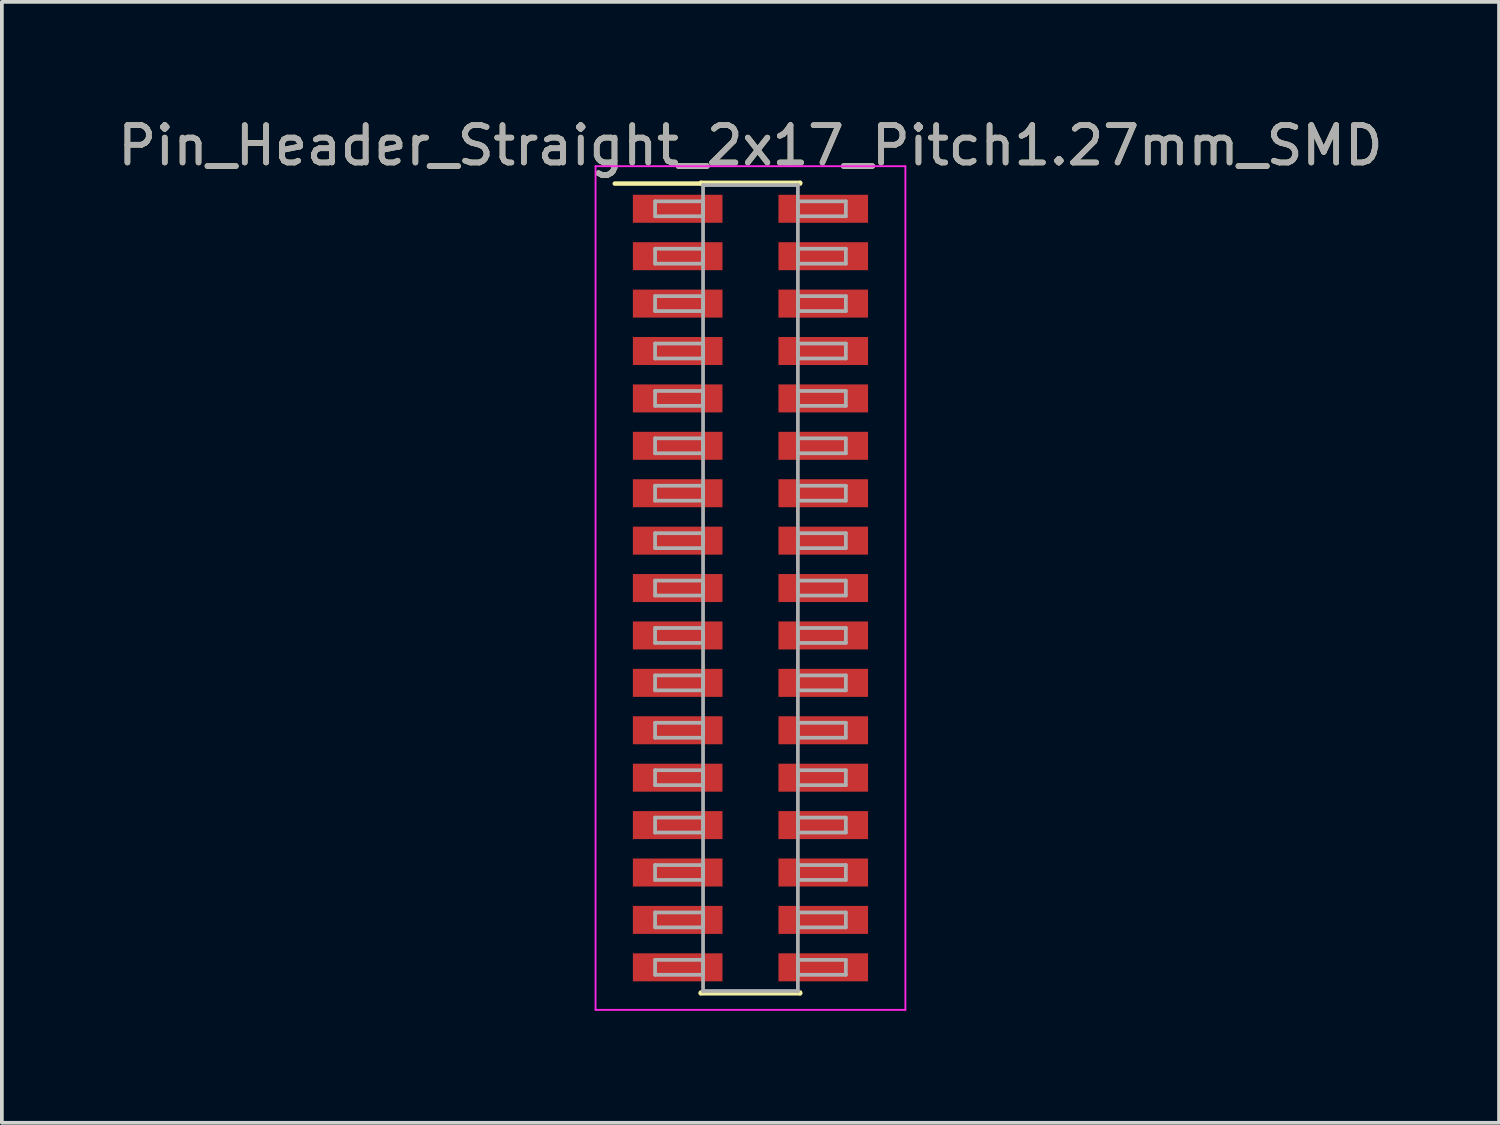
<source format=kicad_pcb>
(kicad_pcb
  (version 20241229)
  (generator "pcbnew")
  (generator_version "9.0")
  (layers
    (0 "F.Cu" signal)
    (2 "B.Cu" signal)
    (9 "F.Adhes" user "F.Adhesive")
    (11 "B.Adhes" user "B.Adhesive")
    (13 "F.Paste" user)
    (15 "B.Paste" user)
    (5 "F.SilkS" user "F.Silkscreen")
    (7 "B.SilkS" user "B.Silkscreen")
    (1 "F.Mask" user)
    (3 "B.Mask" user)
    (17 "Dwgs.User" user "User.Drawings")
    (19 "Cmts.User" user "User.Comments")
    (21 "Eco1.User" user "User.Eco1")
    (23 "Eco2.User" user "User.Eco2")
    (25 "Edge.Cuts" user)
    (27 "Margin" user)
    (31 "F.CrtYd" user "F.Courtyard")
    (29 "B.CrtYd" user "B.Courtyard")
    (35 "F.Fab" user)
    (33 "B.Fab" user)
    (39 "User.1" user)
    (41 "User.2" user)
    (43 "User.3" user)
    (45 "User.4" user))
  (footprint "Pin_Header_Straight_2x17_Pitch1.27mm_SMD"
    (layer "F.Cu")
    (at 17.054 12.703)
    (property "Reference" "Pin_Header_Straight_2x17_Pitch1.27mm_SMD" (at 0 -11.855 0) (layer "F.SilkS") (effects (font (size 1 1) (thickness 0.15))))
    (attr smd)
    (fp_line (start -3.635 -10.835) (end -1.33 -10.835) (stroke (width 0.12) (type solid)) (layer "F.SilkS"))
    (fp_line (start -1.33 -10.855) (end 1.33 -10.855) (stroke (width 0.12) (type solid)) (layer "F.SilkS"))
    (fp_line (start -1.33 -10.835) (end -1.33 -10.855) (stroke (width 0.12) (type solid)) (layer "F.SilkS"))
    (fp_line (start -1.33 10.835) (end -1.33 10.855) (stroke (width 0.12) (type solid)) (layer "F.SilkS"))
    (fp_line (start -1.33 10.855) (end 1.33 10.855) (stroke (width 0.12) (type solid)) (layer "F.SilkS"))
    (fp_line (start 1.33 -10.855) (end 1.33 -10.835) (stroke (width 0.12) (type solid)) (layer "F.SilkS"))
    (fp_line (start 1.33 10.855) (end 1.33 10.835) (stroke (width 0.12) (type solid)) (layer "F.SilkS"))
    (fp_line (start -4.15 -11.3) (end -4.15 11.3) (stroke (width 0.05) (type solid)) (layer "F.CrtYd"))
    (fp_line (start -4.15 11.3) (end 4.15 11.3) (stroke (width 0.05) (type solid)) (layer "F.CrtYd"))
    (fp_line (start 4.15 -11.3) (end -4.15 -11.3) (stroke (width 0.05) (type solid)) (layer "F.CrtYd"))
    (fp_line (start 4.15 11.3) (end 4.15 -11.3) (stroke (width 0.05) (type solid)) (layer "F.CrtYd"))
    (fp_line (start -2.555 -10.36) (end -1.27 -10.36) (stroke (width 0.1) (type solid)) (layer "F.Fab"))
    (fp_line (start -2.555 -9.96) (end -2.555 -10.36) (stroke (width 0.1) (type solid)) (layer "F.Fab"))
    (fp_line (start -2.555 -9.09) (end -1.27 -9.09) (stroke (width 0.1) (type solid)) (layer "F.Fab"))
    (fp_line (start -2.555 -8.69) (end -2.555 -9.09) (stroke (width 0.1) (type solid)) (layer "F.Fab"))
    (fp_line (start -2.555 -7.82) (end -1.27 -7.82) (stroke (width 0.1) (type solid)) (layer "F.Fab"))
    (fp_line (start -2.555 -7.42) (end -2.555 -7.82) (stroke (width 0.1) (type solid)) (layer "F.Fab"))
    (fp_line (start -2.555 -6.55) (end -1.27 -6.55) (stroke (width 0.1) (type solid)) (layer "F.Fab"))
    (fp_line (start -2.555 -6.15) (end -2.555 -6.55) (stroke (width 0.1) (type solid)) (layer "F.Fab"))
    (fp_line (start -2.555 -5.28) (end -1.27 -5.28) (stroke (width 0.1) (type solid)) (layer "F.Fab"))
    (fp_line (start -2.555 -4.88) (end -2.555 -5.28) (stroke (width 0.1) (type solid)) (layer "F.Fab"))
    (fp_line (start -2.555 -4.01) (end -1.27 -4.01) (stroke (width 0.1) (type solid)) (layer "F.Fab"))
    (fp_line (start -2.555 -3.61) (end -2.555 -4.01) (stroke (width 0.1) (type solid)) (layer "F.Fab"))
    (fp_line (start -2.555 -2.74) (end -1.27 -2.74) (stroke (width 0.1) (type solid)) (layer "F.Fab"))
    (fp_line (start -2.555 -2.34) (end -2.555 -2.74) (stroke (width 0.1) (type solid)) (layer "F.Fab"))
    (fp_line (start -2.555 -1.47) (end -1.27 -1.47) (stroke (width 0.1) (type solid)) (layer "F.Fab"))
    (fp_line (start -2.555 -1.07) (end -2.555 -1.47) (stroke (width 0.1) (type solid)) (layer "F.Fab"))
    (fp_line (start -2.555 -0.2) (end -1.27 -0.2) (stroke (width 0.1) (type solid)) (layer "F.Fab"))
    (fp_line (start -2.555 0.2) (end -2.555 -0.2) (stroke (width 0.1) (type solid)) (layer "F.Fab"))
    (fp_line (start -2.555 1.07) (end -1.27 1.07) (stroke (width 0.1) (type solid)) (layer "F.Fab"))
    (fp_line (start -2.555 1.47) (end -2.555 1.07) (stroke (width 0.1) (type solid)) (layer "F.Fab"))
    (fp_line (start -2.555 2.34) (end -1.27 2.34) (stroke (width 0.1) (type solid)) (layer "F.Fab"))
    (fp_line (start -2.555 2.74) (end -2.555 2.34) (stroke (width 0.1) (type solid)) (layer "F.Fab"))
    (fp_line (start -2.555 3.61) (end -1.27 3.61) (stroke (width 0.1) (type solid)) (layer "F.Fab"))
    (fp_line (start -2.555 4.01) (end -2.555 3.61) (stroke (width 0.1) (type solid)) (layer "F.Fab"))
    (fp_line (start -2.555 4.88) (end -1.27 4.88) (stroke (width 0.1) (type solid)) (layer "F.Fab"))
    (fp_line (start -2.555 5.28) (end -2.555 4.88) (stroke (width 0.1) (type solid)) (layer "F.Fab"))
    (fp_line (start -2.555 6.15) (end -1.27 6.15) (stroke (width 0.1) (type solid)) (layer "F.Fab"))
    (fp_line (start -2.555 6.55) (end -2.555 6.15) (stroke (width 0.1) (type solid)) (layer "F.Fab"))
    (fp_line (start -2.555 7.42) (end -1.27 7.42) (stroke (width 0.1) (type solid)) (layer "F.Fab"))
    (fp_line (start -2.555 7.82) (end -2.555 7.42) (stroke (width 0.1) (type solid)) (layer "F.Fab"))
    (fp_line (start -2.555 8.69) (end -1.27 8.69) (stroke (width 0.1) (type solid)) (layer "F.Fab"))
    (fp_line (start -2.555 9.09) (end -2.555 8.69) (stroke (width 0.1) (type solid)) (layer "F.Fab"))
    (fp_line (start -2.555 9.96) (end -1.27 9.96) (stroke (width 0.1) (type solid)) (layer "F.Fab"))
    (fp_line (start -2.555 10.36) (end -2.555 9.96) (stroke (width 0.1) (type solid)) (layer "F.Fab"))
    (fp_line (start -1.27 -10.795) (end -1.27 10.795) (stroke (width 0.1) (type solid)) (layer "F.Fab"))
    (fp_line (start -1.27 -10.36) (end -1.27 -9.96) (stroke (width 0.1) (type solid)) (layer "F.Fab"))
    (fp_line (start -1.27 -9.96) (end -2.555 -9.96) (stroke (width 0.1) (type solid)) (layer "F.Fab"))
    (fp_line (start -1.27 -9.09) (end -1.27 -8.69) (stroke (width 0.1) (type solid)) (layer "F.Fab"))
    (fp_line (start -1.27 -8.69) (end -2.555 -8.69) (stroke (width 0.1) (type solid)) (layer "F.Fab"))
    (fp_line (start -1.27 -7.82) (end -1.27 -7.42) (stroke (width 0.1) (type solid)) (layer "F.Fab"))
    (fp_line (start -1.27 -7.42) (end -2.555 -7.42) (stroke (width 0.1) (type solid)) (layer "F.Fab"))
    (fp_line (start -1.27 -6.55) (end -1.27 -6.15) (stroke (width 0.1) (type solid)) (layer "F.Fab"))
    (fp_line (start -1.27 -6.15) (end -2.555 -6.15) (stroke (width 0.1) (type solid)) (layer "F.Fab"))
    (fp_line (start -1.27 -5.28) (end -1.27 -4.88) (stroke (width 0.1) (type solid)) (layer "F.Fab"))
    (fp_line (start -1.27 -4.88) (end -2.555 -4.88) (stroke (width 0.1) (type solid)) (layer "F.Fab"))
    (fp_line (start -1.27 -4.01) (end -1.27 -3.61) (stroke (width 0.1) (type solid)) (layer "F.Fab"))
    (fp_line (start -1.27 -3.61) (end -2.555 -3.61) (stroke (width 0.1) (type solid)) (layer "F.Fab"))
    (fp_line (start -1.27 -2.74) (end -1.27 -2.34) (stroke (width 0.1) (type solid)) (layer "F.Fab"))
    (fp_line (start -1.27 -2.34) (end -2.555 -2.34) (stroke (width 0.1) (type solid)) (layer "F.Fab"))
    (fp_line (start -1.27 -1.47) (end -1.27 -1.07) (stroke (width 0.1) (type solid)) (layer "F.Fab"))
    (fp_line (start -1.27 -1.07) (end -2.555 -1.07) (stroke (width 0.1) (type solid)) (layer "F.Fab"))
    (fp_line (start -1.27 -0.2) (end -1.27 0.2) (stroke (width 0.1) (type solid)) (layer "F.Fab"))
    (fp_line (start -1.27 0.2) (end -2.555 0.2) (stroke (width 0.1) (type solid)) (layer "F.Fab"))
    (fp_line (start -1.27 1.07) (end -1.27 1.47) (stroke (width 0.1) (type solid)) (layer "F.Fab"))
    (fp_line (start -1.27 1.47) (end -2.555 1.47) (stroke (width 0.1) (type solid)) (layer "F.Fab"))
    (fp_line (start -1.27 2.34) (end -1.27 2.74) (stroke (width 0.1) (type solid)) (layer "F.Fab"))
    (fp_line (start -1.27 2.74) (end -2.555 2.74) (stroke (width 0.1) (type solid)) (layer "F.Fab"))
    (fp_line (start -1.27 3.61) (end -1.27 4.01) (stroke (width 0.1) (type solid)) (layer "F.Fab"))
    (fp_line (start -1.27 4.01) (end -2.555 4.01) (stroke (width 0.1) (type solid)) (layer "F.Fab"))
    (fp_line (start -1.27 4.88) (end -1.27 5.28) (stroke (width 0.1) (type solid)) (layer "F.Fab"))
    (fp_line (start -1.27 5.28) (end -2.555 5.28) (stroke (width 0.1) (type solid)) (layer "F.Fab"))
    (fp_line (start -1.27 6.15) (end -1.27 6.55) (stroke (width 0.1) (type solid)) (layer "F.Fab"))
    (fp_line (start -1.27 6.55) (end -2.555 6.55) (stroke (width 0.1) (type solid)) (layer "F.Fab"))
    (fp_line (start -1.27 7.42) (end -1.27 7.82) (stroke (width 0.1) (type solid)) (layer "F.Fab"))
    (fp_line (start -1.27 7.82) (end -2.555 7.82) (stroke (width 0.1) (type solid)) (layer "F.Fab"))
    (fp_line (start -1.27 8.69) (end -1.27 9.09) (stroke (width 0.1) (type solid)) (layer "F.Fab"))
    (fp_line (start -1.27 9.09) (end -2.555 9.09) (stroke (width 0.1) (type solid)) (layer "F.Fab"))
    (fp_line (start -1.27 9.96) (end -1.27 10.36) (stroke (width 0.1) (type solid)) (layer "F.Fab"))
    (fp_line (start -1.27 10.36) (end -2.555 10.36) (stroke (width 0.1) (type solid)) (layer "F.Fab"))
    (fp_line (start -1.27 10.795) (end 1.27 10.795) (stroke (width 0.1) (type solid)) (layer "F.Fab"))
    (fp_line (start 1.27 -10.795) (end -1.27 -10.795) (stroke (width 0.1) (type solid)) (layer "F.Fab"))
    (fp_line (start 1.27 -10.36) (end 1.27 -9.96) (stroke (width 0.1) (type solid)) (layer "F.Fab"))
    (fp_line (start 1.27 -9.96) (end 2.555 -9.96) (stroke (width 0.1) (type solid)) (layer "F.Fab"))
    (fp_line (start 1.27 -9.09) (end 1.27 -8.69) (stroke (width 0.1) (type solid)) (layer "F.Fab"))
    (fp_line (start 1.27 -8.69) (end 2.555 -8.69) (stroke (width 0.1) (type solid)) (layer "F.Fab"))
    (fp_line (start 1.27 -7.82) (end 1.27 -7.42) (stroke (width 0.1) (type solid)) (layer "F.Fab"))
    (fp_line (start 1.27 -7.42) (end 2.555 -7.42) (stroke (width 0.1) (type solid)) (layer "F.Fab"))
    (fp_line (start 1.27 -6.55) (end 1.27 -6.15) (stroke (width 0.1) (type solid)) (layer "F.Fab"))
    (fp_line (start 1.27 -6.15) (end 2.555 -6.15) (stroke (width 0.1) (type solid)) (layer "F.Fab"))
    (fp_line (start 1.27 -5.28) (end 1.27 -4.88) (stroke (width 0.1) (type solid)) (layer "F.Fab"))
    (fp_line (start 1.27 -4.88) (end 2.555 -4.88) (stroke (width 0.1) (type solid)) (layer "F.Fab"))
    (fp_line (start 1.27 -4.01) (end 1.27 -3.61) (stroke (width 0.1) (type solid)) (layer "F.Fab"))
    (fp_line (start 1.27 -3.61) (end 2.555 -3.61) (stroke (width 0.1) (type solid)) (layer "F.Fab"))
    (fp_line (start 1.27 -2.74) (end 1.27 -2.34) (stroke (width 0.1) (type solid)) (layer "F.Fab"))
    (fp_line (start 1.27 -2.34) (end 2.555 -2.34) (stroke (width 0.1) (type solid)) (layer "F.Fab"))
    (fp_line (start 1.27 -1.47) (end 1.27 -1.07) (stroke (width 0.1) (type solid)) (layer "F.Fab"))
    (fp_line (start 1.27 -1.07) (end 2.555 -1.07) (stroke (width 0.1) (type solid)) (layer "F.Fab"))
    (fp_line (start 1.27 -0.2) (end 1.27 0.2) (stroke (width 0.1) (type solid)) (layer "F.Fab"))
    (fp_line (start 1.27 0.2) (end 2.555 0.2) (stroke (width 0.1) (type solid)) (layer "F.Fab"))
    (fp_line (start 1.27 1.07) (end 1.27 1.47) (stroke (width 0.1) (type solid)) (layer "F.Fab"))
    (fp_line (start 1.27 1.47) (end 2.555 1.47) (stroke (width 0.1) (type solid)) (layer "F.Fab"))
    (fp_line (start 1.27 2.34) (end 1.27 2.74) (stroke (width 0.1) (type solid)) (layer "F.Fab"))
    (fp_line (start 1.27 2.74) (end 2.555 2.74) (stroke (width 0.1) (type solid)) (layer "F.Fab"))
    (fp_line (start 1.27 3.61) (end 1.27 4.01) (stroke (width 0.1) (type solid)) (layer "F.Fab"))
    (fp_line (start 1.27 4.01) (end 2.555 4.01) (stroke (width 0.1) (type solid)) (layer "F.Fab"))
    (fp_line (start 1.27 4.88) (end 1.27 5.28) (stroke (width 0.1) (type solid)) (layer "F.Fab"))
    (fp_line (start 1.27 5.28) (end 2.555 5.28) (stroke (width 0.1) (type solid)) (layer "F.Fab"))
    (fp_line (start 1.27 6.15) (end 1.27 6.55) (stroke (width 0.1) (type solid)) (layer "F.Fab"))
    (fp_line (start 1.27 6.55) (end 2.555 6.55) (stroke (width 0.1) (type solid)) (layer "F.Fab"))
    (fp_line (start 1.27 7.42) (end 1.27 7.82) (stroke (width 0.1) (type solid)) (layer "F.Fab"))
    (fp_line (start 1.27 7.82) (end 2.555 7.82) (stroke (width 0.1) (type solid)) (layer "F.Fab"))
    (fp_line (start 1.27 8.69) (end 1.27 9.09) (stroke (width 0.1) (type solid)) (layer "F.Fab"))
    (fp_line (start 1.27 9.09) (end 2.555 9.09) (stroke (width 0.1) (type solid)) (layer "F.Fab"))
    (fp_line (start 1.27 9.96) (end 1.27 10.36) (stroke (width 0.1) (type solid)) (layer "F.Fab"))
    (fp_line (start 1.27 10.36) (end 2.555 10.36) (stroke (width 0.1) (type solid)) (layer "F.Fab"))
    (fp_line (start 1.27 10.795) (end 1.27 -10.795) (stroke (width 0.1) (type solid)) (layer "F.Fab"))
    (fp_line (start 2.555 -10.36) (end 1.27 -10.36) (stroke (width 0.1) (type solid)) (layer "F.Fab"))
    (fp_line (start 2.555 -9.96) (end 2.555 -10.36) (stroke (width 0.1) (type solid)) (layer "F.Fab"))
    (fp_line (start 2.555 -9.09) (end 1.27 -9.09) (stroke (width 0.1) (type solid)) (layer "F.Fab"))
    (fp_line (start 2.555 -8.69) (end 2.555 -9.09) (stroke (width 0.1) (type solid)) (layer "F.Fab"))
    (fp_line (start 2.555 -7.82) (end 1.27 -7.82) (stroke (width 0.1) (type solid)) (layer "F.Fab"))
    (fp_line (start 2.555 -7.42) (end 2.555 -7.82) (stroke (width 0.1) (type solid)) (layer "F.Fab"))
    (fp_line (start 2.555 -6.55) (end 1.27 -6.55) (stroke (width 0.1) (type solid)) (layer "F.Fab"))
    (fp_line (start 2.555 -6.15) (end 2.555 -6.55) (stroke (width 0.1) (type solid)) (layer "F.Fab"))
    (fp_line (start 2.555 -5.28) (end 1.27 -5.28) (stroke (width 0.1) (type solid)) (layer "F.Fab"))
    (fp_line (start 2.555 -4.88) (end 2.555 -5.28) (stroke (width 0.1) (type solid)) (layer "F.Fab"))
    (fp_line (start 2.555 -4.01) (end 1.27 -4.01) (stroke (width 0.1) (type solid)) (layer "F.Fab"))
    (fp_line (start 2.555 -3.61) (end 2.555 -4.01) (stroke (width 0.1) (type solid)) (layer "F.Fab"))
    (fp_line (start 2.555 -2.74) (end 1.27 -2.74) (stroke (width 0.1) (type solid)) (layer "F.Fab"))
    (fp_line (start 2.555 -2.34) (end 2.555 -2.74) (stroke (width 0.1) (type solid)) (layer "F.Fab"))
    (fp_line (start 2.555 -1.47) (end 1.27 -1.47) (stroke (width 0.1) (type solid)) (layer "F.Fab"))
    (fp_line (start 2.555 -1.07) (end 2.555 -1.47) (stroke (width 0.1) (type solid)) (layer "F.Fab"))
    (fp_line (start 2.555 -0.2) (end 1.27 -0.2) (stroke (width 0.1) (type solid)) (layer "F.Fab"))
    (fp_line (start 2.555 0.2) (end 2.555 -0.2) (stroke (width 0.1) (type solid)) (layer "F.Fab"))
    (fp_line (start 2.555 1.07) (end 1.27 1.07) (stroke (width 0.1) (type solid)) (layer "F.Fab"))
    (fp_line (start 2.555 1.47) (end 2.555 1.07) (stroke (width 0.1) (type solid)) (layer "F.Fab"))
    (fp_line (start 2.555 2.34) (end 1.27 2.34) (stroke (width 0.1) (type solid)) (layer "F.Fab"))
    (fp_line (start 2.555 2.74) (end 2.555 2.34) (stroke (width 0.1) (type solid)) (layer "F.Fab"))
    (fp_line (start 2.555 3.61) (end 1.27 3.61) (stroke (width 0.1) (type solid)) (layer "F.Fab"))
    (fp_line (start 2.555 4.01) (end 2.555 3.61) (stroke (width 0.1) (type solid)) (layer "F.Fab"))
    (fp_line (start 2.555 4.88) (end 1.27 4.88) (stroke (width 0.1) (type solid)) (layer "F.Fab"))
    (fp_line (start 2.555 5.28) (end 2.555 4.88) (stroke (width 0.1) (type solid)) (layer "F.Fab"))
    (fp_line (start 2.555 6.15) (end 1.27 6.15) (stroke (width 0.1) (type solid)) (layer "F.Fab"))
    (fp_line (start 2.555 6.55) (end 2.555 6.15) (stroke (width 0.1) (type solid)) (layer "F.Fab"))
    (fp_line (start 2.555 7.42) (end 1.27 7.42) (stroke (width 0.1) (type solid)) (layer "F.Fab"))
    (fp_line (start 2.555 7.82) (end 2.555 7.42) (stroke (width 0.1) (type solid)) (layer "F.Fab"))
    (fp_line (start 2.555 8.69) (end 1.27 8.69) (stroke (width 0.1) (type solid)) (layer "F.Fab"))
    (fp_line (start 2.555 9.09) (end 2.555 8.69) (stroke (width 0.1) (type solid)) (layer "F.Fab"))
    (fp_line (start 2.555 9.96) (end 1.27 9.96) (stroke (width 0.1) (type solid)) (layer "F.Fab"))
    (fp_line (start 2.555 10.36) (end 2.555 9.96) (stroke (width 0.1) (type solid)) (layer "F.Fab"))
    (fp_text user "${REFERENCE}" (at 0 -11.855 0) (layer "F.Fab") (effects (font (size 1 1) (thickness 0.15))))
    (pad "1" smd rect (at -1.95 -10.16) (size 2.4 0.75) (layers "F.Cu" "F.Mask" "F.Paste"))
    (pad "2" smd rect (at 1.95 -10.16) (size 2.4 0.75) (layers "F.Cu" "F.Mask" "F.Paste"))
    (pad "3" smd rect (at -1.95 -8.89) (size 2.4 0.75) (layers "F.Cu" "F.Mask" "F.Paste"))
    (pad "4" smd rect (at 1.95 -8.89) (size 2.4 0.75) (layers "F.Cu" "F.Mask" "F.Paste"))
    (pad "5" smd rect (at -1.95 -7.62) (size 2.4 0.75) (layers "F.Cu" "F.Mask" "F.Paste"))
    (pad "6" smd rect (at 1.95 -7.62) (size 2.4 0.75) (layers "F.Cu" "F.Mask" "F.Paste"))
    (pad "7" smd rect (at -1.95 -6.35) (size 2.4 0.75) (layers "F.Cu" "F.Mask" "F.Paste"))
    (pad "8" smd rect (at 1.95 -6.35) (size 2.4 0.75) (layers "F.Cu" "F.Mask" "F.Paste"))
    (pad "9" smd rect (at -1.95 -5.08) (size 2.4 0.75) (layers "F.Cu" "F.Mask" "F.Paste"))
    (pad "10" smd rect (at 1.95 -5.08) (size 2.4 0.75) (layers "F.Cu" "F.Mask" "F.Paste"))
    (pad "11" smd rect (at -1.95 -3.81) (size 2.4 0.75) (layers "F.Cu" "F.Mask" "F.Paste"))
    (pad "12" smd rect (at 1.95 -3.81) (size 2.4 0.75) (layers "F.Cu" "F.Mask" "F.Paste"))
    (pad "13" smd rect (at -1.95 -2.54) (size 2.4 0.75) (layers "F.Cu" "F.Mask" "F.Paste"))
    (pad "14" smd rect (at 1.95 -2.54) (size 2.4 0.75) (layers "F.Cu" "F.Mask" "F.Paste"))
    (pad "15" smd rect (at -1.95 -1.27) (size 2.4 0.75) (layers "F.Cu" "F.Mask" "F.Paste"))
    (pad "16" smd rect (at 1.95 -1.27) (size 2.4 0.75) (layers "F.Cu" "F.Mask" "F.Paste"))
    (pad "17" smd rect (at -1.95 0) (size 2.4 0.75) (layers "F.Cu" "F.Mask" "F.Paste"))
    (pad "18" smd rect (at 1.95 0) (size 2.4 0.75) (layers "F.Cu" "F.Mask" "F.Paste"))
    (pad "19" smd rect (at -1.95 1.27) (size 2.4 0.75) (layers "F.Cu" "F.Mask" "F.Paste"))
    (pad "20" smd rect (at 1.95 1.27) (size 2.4 0.75) (layers "F.Cu" "F.Mask" "F.Paste"))
    (pad "21" smd rect (at -1.95 2.54) (size 2.4 0.75) (layers "F.Cu" "F.Mask" "F.Paste"))
    (pad "22" smd rect (at 1.95 2.54) (size 2.4 0.75) (layers "F.Cu" "F.Mask" "F.Paste"))
    (pad "23" smd rect (at -1.95 3.81) (size 2.4 0.75) (layers "F.Cu" "F.Mask" "F.Paste"))
    (pad "24" smd rect (at 1.95 3.81) (size 2.4 0.75) (layers "F.Cu" "F.Mask" "F.Paste"))
    (pad "25" smd rect (at -1.95 5.08) (size 2.4 0.75) (layers "F.Cu" "F.Mask" "F.Paste"))
    (pad "26" smd rect (at 1.95 5.08) (size 2.4 0.75) (layers "F.Cu" "F.Mask" "F.Paste"))
    (pad "27" smd rect (at -1.95 6.35) (size 2.4 0.75) (layers "F.Cu" "F.Mask" "F.Paste"))
    (pad "28" smd rect (at 1.95 6.35) (size 2.4 0.75) (layers "F.Cu" "F.Mask" "F.Paste"))
    (pad "29" smd rect (at -1.95 7.62) (size 2.4 0.75) (layers "F.Cu" "F.Mask" "F.Paste"))
    (pad "30" smd rect (at 1.95 7.62) (size 2.4 0.75) (layers "F.Cu" "F.Mask" "F.Paste"))
    (pad "31" smd rect (at -1.95 8.89) (size 2.4 0.75) (layers "F.Cu" "F.Mask" "F.Paste"))
    (pad "32" smd rect (at 1.95 8.89) (size 2.4 0.75) (layers "F.Cu" "F.Mask" "F.Paste"))
    (pad "33" smd rect (at -1.95 10.16) (size 2.4 0.75) (layers "F.Cu" "F.Mask" "F.Paste"))
    (pad "34" smd rect (at 1.95 10.16) (size 2.4 0.75) (layers "F.Cu" "F.Mask" "F.Paste")))
  (gr_rect
    (start -3 -3)
    (end 37.107 27.028)
    (stroke (width 0.1) (type default))
    (fill no)
    (layer "Edge.Cuts")))
</source>
